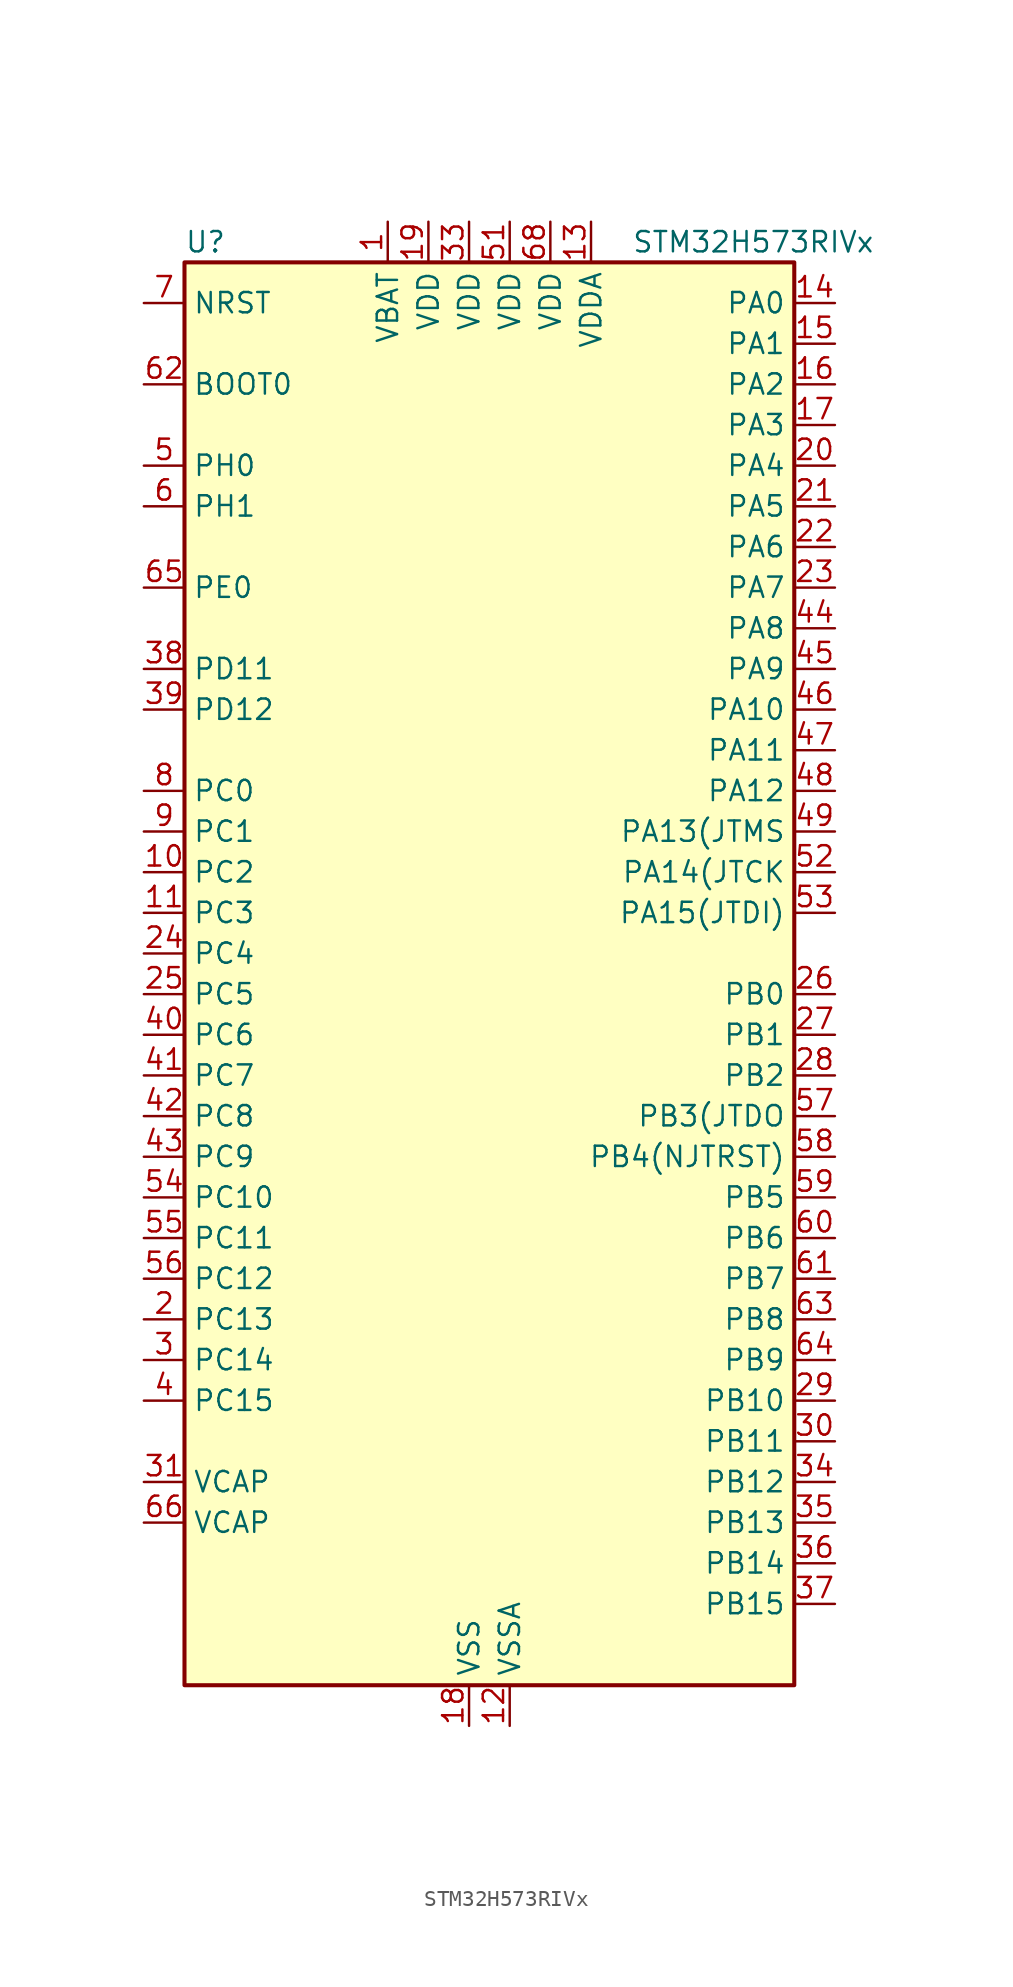
<source format=kicad_sym>
(kicad_symbol_lib
  (version 20231120)
  (generator "kicad_symbol_editor")
  (generator_version "8.0")
  (symbol "STM32H573RIVx"
    (property "Reference" "U"
      (at -17.78 46.99 0)
      (effects (font (size 1.27 1.27)) (justify left)))
    (property "Value" "STM32H573RIVx"
      (at 10.16 46.99 0)
      (effects (font (size 1.27 1.27)) (justify left)))
    (property "ki_locked" ""
      (at 0 0 0)
      (effects (font (size 1.27 1.27))))
    (symbol "STM32H573RIVx_0_1"
      (rectangle (start -17.78 -43.18) (end 20.32 45.72) (stroke (width 0.254) (type default)) (fill (type background))))
    (symbol "STM32H573RIVx_1_1"
      (pin power_in line (at -5.08 48.26 270) (length 2.54) (name "VBAT" (effects (font (size 1.27 1.27)))) (number "1" (effects (font (size 1.27 1.27)))))
      (pin bidirectional line (at -20.32 7.62 0) (length 2.54) (name "PC2" (effects (font (size 1.27 1.27)))) (number "10" (effects (font (size 1.27 1.27)))) (alternate "ADC1_INN11" bidirectional line) (alternate "ADC1_INP12" bidirectional line) (alternate "ADC2_INN11" bidirectional line) (alternate "ADC2_INP12" bidirectional line) (alternate "ETH_TXD2" bidirectional line) (alternate "I2S2_SDI" bidirectional line) (alternate "OCTOSPI1_IO2" bidirectional line) (alternate "OCTOSPI1_IO5" bidirectional line) (alternate "PWR_CSLEEP" bidirectional line) (alternate "SPI2_MISO" bidirectional line) (alternate "TIM17_CH1" bidirectional line) (alternate "TIM4_CH4" bidirectional line))
      (pin bidirectional line (at -20.32 5.08 0) (length 2.54) (name "PC3" (effects (font (size 1.27 1.27)))) (number "11" (effects (font (size 1.27 1.27)))) (alternate "ADC1_INN12" bidirectional line) (alternate "ADC1_INP13" bidirectional line) (alternate "ADC2_INN12" bidirectional line) (alternate "ADC2_INP13" bidirectional line) (alternate "ETH_TX_CLK" bidirectional line) (alternate "I2S2_SDO" bidirectional line) (alternate "LPTIM3_CH1" bidirectional line) (alternate "OCTOSPI1_IO0" bidirectional line) (alternate "OCTOSPI1_IO6" bidirectional line) (alternate "PWR_CSTOP" bidirectional line) (alternate "SAI1_D3" bidirectional line) (alternate "SPI2_MOSI" bidirectional line))
      (pin power_in line (at 2.54 -45.72 90) (length 2.54) (name "VSSA" (effects (font (size 1.27 1.27)))) (number "12" (effects (font (size 1.27 1.27)))))
      (pin power_in line (at 7.62 48.26 270) (length 2.54) (name "VDDA" (effects (font (size 1.27 1.27)))) (number "13" (effects (font (size 1.27 1.27)))))
      (pin bidirectional line (at 22.86 43.18 180) (length 2.54) (name "PA0" (effects (font (size 1.27 1.27)))) (number "14" (effects (font (size 1.27 1.27)))) (alternate "ADC1_INN1" bidirectional line) (alternate "ADC1_INP0" bidirectional line) (alternate "ADC2_INN1" bidirectional line) (alternate "ADC2_INP0" bidirectional line) (alternate "ETH_CRS" bidirectional line) (alternate "PWR_WKUP1" bidirectional line) (alternate "SAI2_SD_B" bidirectional line) (alternate "SPI3_RDY" bidirectional line) (alternate "SPI6_NSS" bidirectional line) (alternate "TAMP_IN2" bidirectional line) (alternate "TAMP_OUT1" bidirectional line) (alternate "TIM15_BKIN" bidirectional line) (alternate "TIM2_CH1" bidirectional line) (alternate "TIM2_ETR" bidirectional line) (alternate "TIM5_CH1" bidirectional line) (alternate "TIM8_ETR" bidirectional line) (alternate "UART4_TX" bidirectional line) (alternate "USART2_CTS" bidirectional line) (alternate "USART2_NSS" bidirectional line))
      (pin bidirectional line (at 22.86 40.64 180) (length 2.54) (name "PA1" (effects (font (size 1.27 1.27)))) (number "15" (effects (font (size 1.27 1.27)))) (alternate "ADC1_INP1" bidirectional line) (alternate "ADC2_INP1" bidirectional line) (alternate "ETH_REF_CLK" bidirectional line) (alternate "ETH_RX_CLK" bidirectional line) (alternate "LPTIM1_IN1" bidirectional line) (alternate "OCTOSPI1_DQS" bidirectional line) (alternate "OCTOSPI1_IO3" bidirectional line) (alternate "SAI2_MCLK_B" bidirectional line) (alternate "TAMP_IN5" bidirectional line) (alternate "TAMP_OUT4" bidirectional line) (alternate "TIM15_CH1N" bidirectional line) (alternate "TIM2_CH2" bidirectional line) (alternate "TIM5_CH2" bidirectional line) (alternate "UART4_RX" bidirectional line) (alternate "USART2_RTS" bidirectional line))
      (pin bidirectional line (at 22.86 38.1 180) (length 2.54) (name "PA2" (effects (font (size 1.27 1.27)))) (number "16" (effects (font (size 1.27 1.27)))) (alternate "ADC1_INP14" bidirectional line) (alternate "ADC2_INP14" bidirectional line) (alternate "ETH_MDIO" bidirectional line) (alternate "LPTIM1_IN2" bidirectional line) (alternate "PWR_WKUP2" bidirectional line) (alternate "SAI2_SCK_B" bidirectional line) (alternate "TAMP_IN4" bidirectional line) (alternate "TAMP_OUT3" bidirectional line) (alternate "TIM15_CH1" bidirectional line) (alternate "TIM2_CH3" bidirectional line) (alternate "TIM5_CH3" bidirectional line) (alternate "USART2_TX" bidirectional line))
      (pin bidirectional line (at 22.86 35.56 180) (length 2.54) (name "PA3" (effects (font (size 1.27 1.27)))) (number "17" (effects (font (size 1.27 1.27)))) (alternate "ADC1_INP15" bidirectional line) (alternate "ADC2_INP15" bidirectional line) (alternate "ETH_COL" bidirectional line) (alternate "I2S2_WS" bidirectional line) (alternate "OCTOSPI1_CLK" bidirectional line) (alternate "SAI1_SD_B" bidirectional line) (alternate "SPI2_NSS" bidirectional line) (alternate "TIM15_CH2" bidirectional line) (alternate "TIM2_CH4" bidirectional line) (alternate "TIM5_CH4" bidirectional line) (alternate "USART2_RX" bidirectional line))
      (pin power_in line (at 0 -45.72 90) (length 2.54) (name "VSS" (effects (font (size 1.27 1.27)))) (number "18" (effects (font (size 1.27 1.27)))))
      (pin power_in line (at -2.54 48.26 270) (length 2.54) (name "VDD" (effects (font (size 1.27 1.27)))) (number "19" (effects (font (size 1.27 1.27)))))
      (pin bidirectional line (at -20.32 -20.32 0) (length 2.54) (name "PC13" (effects (font (size 1.27 1.27)))) (number "2" (effects (font (size 1.27 1.27)))) (alternate "PWR_WKUP4" bidirectional line) (alternate "RTC_OUT1" bidirectional line) (alternate "RTC_TS" bidirectional line) (alternate "TAMP_IN1" bidirectional line) (alternate "TAMP_OUT2" bidirectional line) (alternate "TAMP_OUT3" bidirectional line))
      (pin bidirectional line (at 22.86 33.02 180) (length 2.54) (name "PA4" (effects (font (size 1.27 1.27)))) (number "20" (effects (font (size 1.27 1.27)))) (alternate "ADC1_INP18" bidirectional line) (alternate "ADC2_INP18" bidirectional line) (alternate "DAC1_OUT1" bidirectional line) (alternate "DCMI_HSYNC" bidirectional line) (alternate "I2S1_WS" bidirectional line) (alternate "I2S3_WS" bidirectional line) (alternate "LPTIM2_CH1" bidirectional line) (alternate "PSSI_DE" bidirectional line) (alternate "SPI1_NSS" bidirectional line) (alternate "SPI3_NSS" bidirectional line) (alternate "SPI6_NSS" bidirectional line) (alternate "TIM5_ETR" bidirectional line) (alternate "USART2_CK" bidirectional line))
      (pin bidirectional line (at 22.86 30.48 180) (length 2.54) (name "PA5" (effects (font (size 1.27 1.27)))) (number "21" (effects (font (size 1.27 1.27)))) (alternate "ADC1_INN18" bidirectional line) (alternate "ADC1_INP19" bidirectional line) (alternate "ADC2_INN18" bidirectional line) (alternate "ADC2_INP19" bidirectional line) (alternate "DAC1_OUT2" bidirectional line) (alternate "ETH_TX_EN" bidirectional line) (alternate "I2S1_CK" bidirectional line) (alternate "PSSI_D14" bidirectional line) (alternate "SPI1_SCK" bidirectional line) (alternate "SPI6_SCK" bidirectional line) (alternate "TIM2_CH1" bidirectional line) (alternate "TIM2_ETR" bidirectional line) (alternate "TIM8_CH1N" bidirectional line))
      (pin bidirectional line (at 22.86 27.94 180) (length 2.54) (name "PA6" (effects (font (size 1.27 1.27)))) (number "22" (effects (font (size 1.27 1.27)))) (alternate "ADC1_INP3" bidirectional line) (alternate "ADC2_INP3" bidirectional line) (alternate "DCMI_PIXCLK" bidirectional line) (alternate "I2S1_SDI" bidirectional line) (alternate "OCTOSPI1_IO3" bidirectional line) (alternate "PSSI_PDCK" bidirectional line) (alternate "SPI1_MISO" bidirectional line) (alternate "SPI6_MISO" bidirectional line) (alternate "TIM13_CH1" bidirectional line) (alternate "TIM1_BKIN" bidirectional line) (alternate "TIM3_CH1" bidirectional line) (alternate "TIM8_BKIN" bidirectional line) (alternate "USART11_TX" bidirectional line))
      (pin bidirectional line (at 22.86 25.4 180) (length 2.54) (name "PA7" (effects (font (size 1.27 1.27)))) (number "23" (effects (font (size 1.27 1.27)))) (alternate "ADC1_INN3" bidirectional line) (alternate "ADC1_INP7" bidirectional line) (alternate "ADC2_INN3" bidirectional line) (alternate "ADC2_INP7" bidirectional line) (alternate "ETH_CRS_DV" bidirectional line) (alternate "ETH_RX_DV" bidirectional line) (alternate "I2S1_SDO" bidirectional line) (alternate "OCTOSPI1_IO2" bidirectional line) (alternate "SPI1_MOSI" bidirectional line) (alternate "SPI6_MOSI" bidirectional line) (alternate "TIM14_CH1" bidirectional line) (alternate "TIM1_CH1N" bidirectional line) (alternate "TIM3_CH2" bidirectional line) (alternate "TIM8_CH1N" bidirectional line) (alternate "USART11_RX" bidirectional line))
      (pin bidirectional line (at -20.32 2.54 0) (length 2.54) (name "PC4" (effects (font (size 1.27 1.27)))) (number "24" (effects (font (size 1.27 1.27)))) (alternate "ADC1_INP4" bidirectional line) (alternate "ADC2_INP4" bidirectional line) (alternate "ETH_RXD0" bidirectional line) (alternate "I2S1_MCK" bidirectional line) (alternate "LPTIM2_ETR" bidirectional line) (alternate "SAI1_CK1" bidirectional line) (alternate "TIM2_CH4" bidirectional line) (alternate "USART3_RX" bidirectional line))
      (pin bidirectional line (at -20.32 0 0) (length 2.54) (name "PC5" (effects (font (size 1.27 1.27)))) (number "25" (effects (font (size 1.27 1.27)))) (alternate "ADC1_INN4" bidirectional line) (alternate "ADC1_INP8" bidirectional line) (alternate "ADC2_INN4" bidirectional line) (alternate "ADC2_INP8" bidirectional line) (alternate "ETH_RXD1" bidirectional line) (alternate "OCTOSPI1_DQS" bidirectional line) (alternate "PSSI_D15" bidirectional line) (alternate "SAI1_D3" bidirectional line) (alternate "SAI1_FS_A" bidirectional line) (alternate "TIM1_CH4N" bidirectional line))
      (pin bidirectional line (at 22.86 0 180) (length 2.54) (name "PB0" (effects (font (size 1.27 1.27)))) (number "26" (effects (font (size 1.27 1.27)))) (alternate "ADC1_INN5" bidirectional line) (alternate "ADC1_INP9" bidirectional line) (alternate "ADC2_INN5" bidirectional line) (alternate "ADC2_INP9" bidirectional line) (alternate "ETH_RXD2" bidirectional line) (alternate "LPTIM3_CH1" bidirectional line) (alternate "OCTOSPI1_IO1" bidirectional line) (alternate "TIM1_CH2N" bidirectional line) (alternate "TIM3_CH3" bidirectional line) (alternate "TIM8_CH2N" bidirectional line) (alternate "UART4_CTS" bidirectional line) (alternate "USART11_CK" bidirectional line))
      (pin bidirectional line (at 22.86 -2.54 180) (length 2.54) (name "PB1" (effects (font (size 1.27 1.27)))) (number "27" (effects (font (size 1.27 1.27)))) (alternate "ADC1_INP5" bidirectional line) (alternate "ADC2_INP5" bidirectional line) (alternate "ETH_RXD3" bidirectional line) (alternate "LPTIM3_CH2" bidirectional line) (alternate "OCTOSPI1_IO0" bidirectional line) (alternate "TIM1_CH3N" bidirectional line) (alternate "TIM3_CH4" bidirectional line) (alternate "TIM8_CH3N" bidirectional line))
      (pin bidirectional line (at 22.86 -5.08 180) (length 2.54) (name "PB2" (effects (font (size 1.27 1.27)))) (number "28" (effects (font (size 1.27 1.27)))) (alternate "I2S3_SDO" bidirectional line) (alternate "LPTIM1_CH1" bidirectional line) (alternate "LPTIM5_ETR" bidirectional line) (alternate "OCTOSPI1_CLK" bidirectional line) (alternate "OCTOSPI1_DQS" bidirectional line) (alternate "RCC_LSCO" bidirectional line) (alternate "RTC_OUT2" bidirectional line) (alternate "SAI1_D1" bidirectional line) (alternate "SAI1_SD_A" bidirectional line) (alternate "SDMMC1_CMD" bidirectional line) (alternate "SPI1_RDY" bidirectional line) (alternate "SPI3_MOSI" bidirectional line) (alternate "TIM8_CH4N" bidirectional line))
      (pin bidirectional line (at 22.86 -25.4 180) (length 2.54) (name "PB10" (effects (font (size 1.27 1.27)))) (number "29" (effects (font (size 1.27 1.27)))) (alternate "ETH_RX_ER" bidirectional line) (alternate "I2C2_SCL" bidirectional line) (alternate "I2S2_CK" bidirectional line) (alternate "LPTIM2_IN1" bidirectional line) (alternate "LPTIM3_CH1" bidirectional line) (alternate "OCTOSPI1_NCS" bidirectional line) (alternate "SPI2_SCK" bidirectional line) (alternate "TIM2_CH3" bidirectional line) (alternate "USART3_TX" bidirectional line))
      (pin bidirectional line (at -20.32 -22.86 0) (length 2.54) (name "PC14" (effects (font (size 1.27 1.27)))) (number "3" (effects (font (size 1.27 1.27)))) (alternate "RCC_OSC32_IN" bidirectional line))
      (pin bidirectional line (at 22.86 -27.94 180) (length 2.54) (name "PB11" (effects (font (size 1.27 1.27)))) (number "30" (effects (font (size 1.27 1.27)))) (alternate "ADC1_EXTI11" bidirectional line) (alternate "ADC2_EXTI11" bidirectional line) (alternate "ETH_TX_EN" bidirectional line) (alternate "I2C2_SDA" bidirectional line) (alternate "LPTIM2_ETR" bidirectional line) (alternate "SPI2_RDY" bidirectional line) (alternate "TIM2_CH4" bidirectional line) (alternate "USART3_RX" bidirectional line))
      (pin power_out line (at -20.32 -30.48 0) (length 2.54) (name "VCAP" (effects (font (size 1.27 1.27)))) (number "31" (effects (font (size 1.27 1.27)))))
      (pin passive line (at 0 -45.72 90) (length 2.54) hide (name "VSS" (effects (font (size 1.27 1.27)))) (number "32" (effects (font (size 1.27 1.27)))))
      (pin power_in line (at 0 48.26 270) (length 2.54) (name "VDD" (effects (font (size 1.27 1.27)))) (number "33" (effects (font (size 1.27 1.27)))))
      (pin bidirectional line (at 22.86 -30.48 180) (length 2.54) (name "PB12" (effects (font (size 1.27 1.27)))) (number "34" (effects (font (size 1.27 1.27)))) (alternate "ETH_TXD0" bidirectional line) (alternate "FDCAN2_RX" bidirectional line) (alternate "I2C2_SDA" bidirectional line) (alternate "I2S2_WS" bidirectional line) (alternate "OCTOSPI1_NCLK" bidirectional line) (alternate "SPI2_NSS" bidirectional line) (alternate "TIM1_BKIN" bidirectional line) (alternate "UART5_RX" bidirectional line) (alternate "UCPD1_FRSTX" bidirectional line) (alternate "USART3_CK" bidirectional line))
      (pin bidirectional line (at 22.86 -33.02 180) (length 2.54) (name "PB13" (effects (font (size 1.27 1.27)))) (number "35" (effects (font (size 1.27 1.27)))) (alternate "FDCAN2_TX" bidirectional line) (alternate "I2C2_SMBA" bidirectional line) (alternate "I2S2_CK" bidirectional line) (alternate "LPTIM2_CH1" bidirectional line) (alternate "LPTIM3_IN1" bidirectional line) (alternate "SDMMC1_D0" bidirectional line) (alternate "SPI2_SCK" bidirectional line) (alternate "TIM1_CH1N" bidirectional line) (alternate "UART5_TX" bidirectional line) (alternate "UCPD1_CC1" bidirectional line) (alternate "USART3_CTS" bidirectional line) (alternate "USART3_NSS" bidirectional line))
      (pin bidirectional line (at 22.86 -35.56 180) (length 2.54) (name "PB14" (effects (font (size 1.27 1.27)))) (number "36" (effects (font (size 1.27 1.27)))) (alternate "I2S2_SDI" bidirectional line) (alternate "LPTIM3_ETR" bidirectional line) (alternate "SPI2_MISO" bidirectional line) (alternate "TIM12_CH1" bidirectional line) (alternate "TIM1_CH2N" bidirectional line) (alternate "TIM8_CH2N" bidirectional line) (alternate "UART4_DE" bidirectional line) (alternate "UART4_RTS" bidirectional line) (alternate "UCPD1_CC2" bidirectional line) (alternate "USART1_TX" bidirectional line) (alternate "USART3_RTS" bidirectional line))
      (pin bidirectional line (at 22.86 -38.1 180) (length 2.54) (name "PB15" (effects (font (size 1.27 1.27)))) (number "37" (effects (font (size 1.27 1.27)))) (alternate "ADC1_EXTI15" bidirectional line) (alternate "ADC2_EXTI15" bidirectional line) (alternate "DCMI_D2" bidirectional line) (alternate "ETH_TXD1" bidirectional line) (alternate "I2S2_SDO" bidirectional line) (alternate "OCTOSPI1_CLK" bidirectional line) (alternate "PSSI_D2" bidirectional line) (alternate "PWR_PVD_IN" bidirectional line) (alternate "RTC_REFIN" bidirectional line) (alternate "SPI2_MOSI" bidirectional line) (alternate "TIM12_CH2" bidirectional line) (alternate "TIM1_CH3N" bidirectional line) (alternate "TIM8_CH3N" bidirectional line) (alternate "UART4_CTS" bidirectional line) (alternate "UART5_RX" bidirectional line) (alternate "USART11_CTS" bidirectional line) (alternate "USART11_NSS" bidirectional line) (alternate "USART1_RX" bidirectional line))
      (pin bidirectional line (at -20.32 20.32 0) (length 2.54) (name "PD11" (effects (font (size 1.27 1.27)))) (number "38" (effects (font (size 1.27 1.27)))) (alternate "ADC1_EXTI11" bidirectional line) (alternate "ADC2_EXTI11" bidirectional line) (alternate "I2C4_SMBA" bidirectional line) (alternate "LPTIM2_IN2" bidirectional line) (alternate "OCTOSPI1_IO0" bidirectional line) (alternate "SAI1_CK1" bidirectional line) (alternate "SAI2_SD_A" bidirectional line) (alternate "UART4_RX" bidirectional line) (alternate "USART3_CTS" bidirectional line) (alternate "USART3_NSS" bidirectional line))
      (pin bidirectional line (at -20.32 17.78 0) (length 2.54) (name "PD12" (effects (font (size 1.27 1.27)))) (number "39" (effects (font (size 1.27 1.27)))) (alternate "DCMI_D12" bidirectional line) (alternate "I2C4_SCL" bidirectional line) (alternate "I3C1_SCL" bidirectional line) (alternate "LPTIM1_IN1" bidirectional line) (alternate "LPTIM2_IN1" bidirectional line) (alternate "OCTOSPI1_IO1" bidirectional line) (alternate "PSSI_D12" bidirectional line) (alternate "SAI1_D1" bidirectional line) (alternate "SAI2_FS_A" bidirectional line) (alternate "TIM4_CH1" bidirectional line) (alternate "UART4_TX" bidirectional line) (alternate "USART3_RTS" bidirectional line))
      (pin bidirectional line (at -20.32 -25.4 0) (length 2.54) (name "PC15" (effects (font (size 1.27 1.27)))) (number "4" (effects (font (size 1.27 1.27)))) (alternate "ADC1_EXTI15" bidirectional line) (alternate "ADC2_EXTI15" bidirectional line) (alternate "RCC_OSC32_OUT" bidirectional line))
      (pin bidirectional line (at -20.32 -2.54 0) (length 2.54) (name "PC6" (effects (font (size 1.27 1.27)))) (number "40" (effects (font (size 1.27 1.27)))) (alternate "DCMI_D0" bidirectional line) (alternate "I2S2_MCK" bidirectional line) (alternate "OCTOSPI1_IO5" bidirectional line) (alternate "PSSI_D0" bidirectional line) (alternate "SAI1_SCK_A" bidirectional line) (alternate "SDMMC1_D0DIR" bidirectional line) (alternate "SDMMC1_D6" bidirectional line) (alternate "TIM3_CH1" bidirectional line) (alternate "TIM8_CH1" bidirectional line) (alternate "USART6_TX" bidirectional line))
      (pin bidirectional line (at -20.32 -5.08 0) (length 2.54) (name "PC7" (effects (font (size 1.27 1.27)))) (number "41" (effects (font (size 1.27 1.27)))) (alternate "DCMI_D1" bidirectional line) (alternate "DEBUG_TRGIO" bidirectional line) (alternate "I2S3_MCK" bidirectional line) (alternate "OCTOSPI1_IO6" bidirectional line) (alternate "PSSI_D1" bidirectional line) (alternate "SDMMC1_D123DIR" bidirectional line) (alternate "SDMMC1_D7" bidirectional line) (alternate "TIM3_CH2" bidirectional line) (alternate "TIM8_CH2" bidirectional line) (alternate "USART6_RX" bidirectional line))
      (pin bidirectional line (at -20.32 -7.62 0) (length 2.54) (name "PC8" (effects (font (size 1.27 1.27)))) (number "42" (effects (font (size 1.27 1.27)))) (alternate "DCMI_D2" bidirectional line) (alternate "DEBUG_TRACED1" bidirectional line) (alternate "PSSI_D2" bidirectional line) (alternate "SDMMC1_D0" bidirectional line) (alternate "TIM3_CH3" bidirectional line) (alternate "TIM8_CH3" bidirectional line) (alternate "UART5_DE" bidirectional line) (alternate "UART5_RTS" bidirectional line) (alternate "USART6_CK" bidirectional line))
      (pin bidirectional line (at -20.32 -10.16 0) (length 2.54) (name "PC9" (effects (font (size 1.27 1.27)))) (number "43" (effects (font (size 1.27 1.27)))) (alternate "AUDIOCLK" bidirectional line) (alternate "DAC1_EXTI9" bidirectional line) (alternate "DCMI_D3" bidirectional line) (alternate "I2C3_SDA" bidirectional line) (alternate "OCTOSPI1_IO0" bidirectional line) (alternate "PSSI_D3" bidirectional line) (alternate "RCC_MCO_2" bidirectional line) (alternate "SDMMC1_D1" bidirectional line) (alternate "TIM3_CH4" bidirectional line) (alternate "TIM8_CH4" bidirectional line) (alternate "UART5_CTS" bidirectional line) (alternate "UCPD1_DB2" bidirectional line))
      (pin bidirectional line (at 22.86 22.86 180) (length 2.54) (name "PA8" (effects (font (size 1.27 1.27)))) (number "44" (effects (font (size 1.27 1.27)))) (alternate "DCMI_D3" bidirectional line) (alternate "I2C3_SCL" bidirectional line) (alternate "PSSI_D3" bidirectional line) (alternate "RCC_MCO_1" bidirectional line) (alternate "SPI1_RDY" bidirectional line) (alternate "TIM1_CH1" bidirectional line) (alternate "TIM8_BKIN2" bidirectional line) (alternate "UART7_RX" bidirectional line) (alternate "USART1_CK" bidirectional line) (alternate "USB_SOF" bidirectional line))
      (pin bidirectional line (at 22.86 20.32 180) (length 2.54) (name "PA9" (effects (font (size 1.27 1.27)))) (number "45" (effects (font (size 1.27 1.27)))) (alternate "DAC1_EXTI9" bidirectional line) (alternate "DCMI_D0" bidirectional line) (alternate "ETH_TX_ER" bidirectional line) (alternate "I2C3_SMBA" bidirectional line) (alternate "I2S2_CK" bidirectional line) (alternate "LPUART1_TX" bidirectional line) (alternate "PSSI_D0" bidirectional line) (alternate "SPI2_SCK" bidirectional line) (alternate "TIM1_CH2" bidirectional line) (alternate "UCPD1_DB1" bidirectional line) (alternate "USART1_TX" bidirectional line))
      (pin bidirectional line (at 22.86 17.78 180) (length 2.54) (name "PA10" (effects (font (size 1.27 1.27)))) (number "46" (effects (font (size 1.27 1.27)))) (alternate "DCMI_D1" bidirectional line) (alternate "FDCAN2_TX" bidirectional line) (alternate "LPTIM2_IN2" bidirectional line) (alternate "LPUART1_RX" bidirectional line) (alternate "PSSI_D1" bidirectional line) (alternate "SDMMC1_D0" bidirectional line) (alternate "TIM1_CH3" bidirectional line) (alternate "UCPD1_FRSTX" bidirectional line) (alternate "USART1_RX" bidirectional line))
      (pin bidirectional line (at 22.86 15.24 180) (length 2.54) (name "PA11" (effects (font (size 1.27 1.27)))) (number "47" (effects (font (size 1.27 1.27)))) (alternate "ADC1_EXTI11" bidirectional line) (alternate "ADC2_EXTI11" bidirectional line) (alternate "FDCAN1_RX" bidirectional line) (alternate "I2S2_WS" bidirectional line) (alternate "LPUART1_CTS" bidirectional line) (alternate "SPI2_NSS" bidirectional line) (alternate "TIM1_CH4" bidirectional line) (alternate "UART4_RX" bidirectional line) (alternate "USART1_CTS" bidirectional line) (alternate "USART1_NSS" bidirectional line) (alternate "USB_DM" bidirectional line))
      (pin bidirectional line (at 22.86 12.7 180) (length 2.54) (name "PA12" (effects (font (size 1.27 1.27)))) (number "48" (effects (font (size 1.27 1.27)))) (alternate "FDCAN1_TX" bidirectional line) (alternate "I2S2_CK" bidirectional line) (alternate "LPUART1_RTS" bidirectional line) (alternate "SAI2_FS_B" bidirectional line) (alternate "SPI2_SCK" bidirectional line) (alternate "TIM1_ETR" bidirectional line) (alternate "UART4_TX" bidirectional line) (alternate "USART1_RTS" bidirectional line) (alternate "USB_DP" bidirectional line))
      (pin bidirectional line (at 22.86 10.16 180) (length 2.54) (name "PA13(JTMS" (effects (font (size 1.27 1.27)))) (number "49" (effects (font (size 1.27 1.27)))) (alternate "DEBUG_JTMS-SWDIO" bidirectional line))
      (pin bidirectional line (at -20.32 33.02 0) (length 2.54) (name "PH0" (effects (font (size 1.27 1.27)))) (number "5" (effects (font (size 1.27 1.27)))) (alternate "RCC_OSC_IN" bidirectional line))
      (pin passive line (at 0 -45.72 90) (length 2.54) hide (name "VSS" (effects (font (size 1.27 1.27)))) (number "50" (effects (font (size 1.27 1.27)))))
      (pin power_in line (at 2.54 48.26 270) (length 2.54) (name "VDD" (effects (font (size 1.27 1.27)))) (number "51" (effects (font (size 1.27 1.27)))))
      (pin bidirectional line (at 22.86 7.62 180) (length 2.54) (name "PA14(JTCK" (effects (font (size 1.27 1.27)))) (number "52" (effects (font (size 1.27 1.27)))) (alternate "DEBUG_JTCK-SWCLK" bidirectional line))
      (pin bidirectional line (at 22.86 5.08 180) (length 2.54) (name "PA15(JTDI)" (effects (font (size 1.27 1.27)))) (number "53" (effects (font (size 1.27 1.27)))) (alternate "ADC1_EXTI15" bidirectional line) (alternate "ADC2_EXTI15" bidirectional line) (alternate "CEC" bidirectional line) (alternate "DCMI_D11" bidirectional line) (alternate "DEBUG_JTDI" bidirectional line) (alternate "I2S1_WS" bidirectional line) (alternate "I2S3_WS" bidirectional line) (alternate "LPTIM3_IN2" bidirectional line) (alternate "PSSI_D11" bidirectional line) (alternate "SPI1_NSS" bidirectional line) (alternate "SPI3_NSS" bidirectional line) (alternate "SPI6_NSS" bidirectional line) (alternate "TIM2_CH1" bidirectional line) (alternate "TIM2_ETR" bidirectional line) (alternate "UART4_DE" bidirectional line) (alternate "UART4_RTS" bidirectional line) (alternate "UART7_TX" bidirectional line))
      (pin bidirectional line (at -20.32 -12.7 0) (length 2.54) (name "PC10" (effects (font (size 1.27 1.27)))) (number "54" (effects (font (size 1.27 1.27)))) (alternate "DCMI_D8" bidirectional line) (alternate "ETH_TXD0" bidirectional line) (alternate "I2S3_CK" bidirectional line) (alternate "LPTIM3_ETR" bidirectional line) (alternate "OCTOSPI1_IO1" bidirectional line) (alternate "PSSI_D8" bidirectional line) (alternate "SDMMC1_D2" bidirectional line) (alternate "SPI3_SCK" bidirectional line) (alternate "UART4_TX" bidirectional line) (alternate "USART3_TX" bidirectional line))
      (pin bidirectional line (at -20.32 -15.24 0) (length 2.54) (name "PC11" (effects (font (size 1.27 1.27)))) (number "55" (effects (font (size 1.27 1.27)))) (alternate "ADC1_EXTI11" bidirectional line) (alternate "ADC2_EXTI11" bidirectional line) (alternate "DCMI_D4" bidirectional line) (alternate "I2S3_SDI" bidirectional line) (alternate "LPTIM3_IN1" bidirectional line) (alternate "OCTOSPI1_NCS" bidirectional line) (alternate "PSSI_D4" bidirectional line) (alternate "SDMMC1_D3" bidirectional line) (alternate "SPI3_MISO" bidirectional line) (alternate "UART4_RX" bidirectional line) (alternate "USART3_RX" bidirectional line))
      (pin bidirectional line (at -20.32 -17.78 0) (length 2.54) (name "PC12" (effects (font (size 1.27 1.27)))) (number "56" (effects (font (size 1.27 1.27)))) (alternate "DCMI_D9" bidirectional line) (alternate "DEBUG_TRACED3" bidirectional line) (alternate "I2S3_SDO" bidirectional line) (alternate "PSSI_D9" bidirectional line) (alternate "SDMMC1_CK" bidirectional line) (alternate "SPI3_MOSI" bidirectional line) (alternate "SPI6_SCK" bidirectional line) (alternate "TIM15_CH1" bidirectional line) (alternate "UART5_TX" bidirectional line) (alternate "USART3_CK" bidirectional line))
      (pin bidirectional line (at 22.86 -7.62 180) (length 2.54) (name "PB3(JTDO" (effects (font (size 1.27 1.27)))) (number "57" (effects (font (size 1.27 1.27)))) (alternate "CRS_SYNC" bidirectional line) (alternate "DEBUG_JTDO-SWO" bidirectional line) (alternate "I2C2_SDA" bidirectional line) (alternate "I2S1_CK" bidirectional line) (alternate "I2S3_CK" bidirectional line) (alternate "LPTIM6_ETR" bidirectional line) (alternate "SPI1_SCK" bidirectional line) (alternate "SPI3_SCK" bidirectional line) (alternate "SPI6_SCK" bidirectional line) (alternate "TIM2_CH2" bidirectional line) (alternate "UART7_RX" bidirectional line))
      (pin bidirectional line (at 22.86 -10.16 180) (length 2.54) (name "PB4(NJTRST)" (effects (font (size 1.27 1.27)))) (number "58" (effects (font (size 1.27 1.27)))) (alternate "DCMI_D7" bidirectional line) (alternate "DEBUG_JTRST" bidirectional line) (alternate "I2S1_SDI" bidirectional line) (alternate "I2S2_WS" bidirectional line) (alternate "I2S3_SDI" bidirectional line) (alternate "LPTIM1_CH2" bidirectional line) (alternate "OCTOSPI1_CLK" bidirectional line) (alternate "PSSI_D7" bidirectional line) (alternate "SPI1_MISO" bidirectional line) (alternate "SPI2_NSS" bidirectional line) (alternate "SPI3_MISO" bidirectional line) (alternate "SPI6_MISO" bidirectional line) (alternate "TIM16_BKIN" bidirectional line) (alternate "TIM3_CH1" bidirectional line) (alternate "UART7_TX" bidirectional line))
      (pin bidirectional line (at 22.86 -12.7 180) (length 2.54) (name "PB5" (effects (font (size 1.27 1.27)))) (number "59" (effects (font (size 1.27 1.27)))) (alternate "DCMI_D10" bidirectional line) (alternate "ETH_PPS_OUT" bidirectional line) (alternate "FDCAN2_RX" bidirectional line) (alternate "I2C1_SMBA" bidirectional line) (alternate "I2C4_SMBA" bidirectional line) (alternate "I2S1_SDO" bidirectional line) (alternate "I2S3_SDO" bidirectional line) (alternate "OCTOSPI1_NCLK" bidirectional line) (alternate "PSSI_D10" bidirectional line) (alternate "SPI1_MOSI" bidirectional line) (alternate "SPI3_MOSI" bidirectional line) (alternate "SPI6_MOSI" bidirectional line) (alternate "TIM17_BKIN" bidirectional line) (alternate "TIM3_CH2" bidirectional line) (alternate "UART5_RX" bidirectional line))
      (pin bidirectional line (at -20.32 30.48 0) (length 2.54) (name "PH1" (effects (font (size 1.27 1.27)))) (number "6" (effects (font (size 1.27 1.27)))) (alternate "RCC_OSC_OUT" bidirectional line))
      (pin bidirectional line (at 22.86 -15.24 180) (length 2.54) (name "PB6" (effects (font (size 1.27 1.27)))) (number "60" (effects (font (size 1.27 1.27)))) (alternate "CEC" bidirectional line) (alternate "DCMI_D5" bidirectional line) (alternate "FDCAN2_TX" bidirectional line) (alternate "I2C1_SCL" bidirectional line) (alternate "I2C4_SCL" bidirectional line) (alternate "I3C1_SCL" bidirectional line) (alternate "LPUART1_TX" bidirectional line) (alternate "OCTOSPI1_NCS" bidirectional line) (alternate "PSSI_D5" bidirectional line) (alternate "TIM16_CH1N" bidirectional line) (alternate "TIM4_CH1" bidirectional line) (alternate "UART5_TX" bidirectional line) (alternate "USART1_TX" bidirectional line))
      (pin bidirectional line (at 22.86 -17.78 180) (length 2.54) (name "PB7" (effects (font (size 1.27 1.27)))) (number "61" (effects (font (size 1.27 1.27)))) (alternate "DCMI_VSYNC" bidirectional line) (alternate "FDCAN1_TX" bidirectional line) (alternate "I2C1_SDA" bidirectional line) (alternate "I2C4_SDA" bidirectional line) (alternate "I3C1_SDA" bidirectional line) (alternate "LPUART1_RX" bidirectional line) (alternate "PSSI_RDY" bidirectional line) (alternate "PWR_WKUP5" bidirectional line) (alternate "TIM17_CH1N" bidirectional line) (alternate "TIM4_CH2" bidirectional line) (alternate "USART1_RX" bidirectional line))
      (pin input line (at -20.32 38.1 0) (length 2.54) (name "BOOT0" (effects (font (size 1.27 1.27)))) (number "62" (effects (font (size 1.27 1.27)))))
      (pin bidirectional line (at 22.86 -20.32 180) (length 2.54) (name "PB8" (effects (font (size 1.27 1.27)))) (number "63" (effects (font (size 1.27 1.27)))) (alternate "DCMI_D6" bidirectional line) (alternate "ETH_TXD3" bidirectional line) (alternate "FDCAN1_RX" bidirectional line) (alternate "I2C1_SCL" bidirectional line) (alternate "I2C4_SCL" bidirectional line) (alternate "I3C1_SCL" bidirectional line) (alternate "PSSI_D6" bidirectional line) (alternate "SDMMC1_CKIN" bidirectional line) (alternate "SDMMC1_D4" bidirectional line) (alternate "TIM16_CH1" bidirectional line) (alternate "TIM4_CH3" bidirectional line) (alternate "UART4_RX" bidirectional line))
      (pin bidirectional line (at 22.86 -22.86 180) (length 2.54) (name "PB9" (effects (font (size 1.27 1.27)))) (number "64" (effects (font (size 1.27 1.27)))) (alternate "DAC1_EXTI9" bidirectional line) (alternate "DCMI_D7" bidirectional line) (alternate "FDCAN1_TX" bidirectional line) (alternate "I2C1_SDA" bidirectional line) (alternate "I2C4_SDA" bidirectional line) (alternate "I2S2_WS" bidirectional line) (alternate "I3C1_SDA" bidirectional line) (alternate "PSSI_D7" bidirectional line) (alternate "SDMMC1_CDIR" bidirectional line) (alternate "SDMMC1_D5" bidirectional line) (alternate "SPI2_NSS" bidirectional line) (alternate "TIM17_CH1" bidirectional line) (alternate "TIM4_CH4" bidirectional line) (alternate "UART4_TX" bidirectional line))
      (pin bidirectional line (at -20.32 25.4 0) (length 2.54) (name "PE0" (effects (font (size 1.27 1.27)))) (number "65" (effects (font (size 1.27 1.27)))) (alternate "DCMI_D2" bidirectional line) (alternate "FDCAN1_RX" bidirectional line) (alternate "LPTIM1_ETR" bidirectional line) (alternate "LPTIM2_CH2" bidirectional line) (alternate "LPTIM2_ETR" bidirectional line) (alternate "PSSI_D2" bidirectional line) (alternate "SAI2_MCLK_A" bidirectional line) (alternate "SPI3_RDY" bidirectional line) (alternate "TIM4_ETR" bidirectional line))
      (pin power_out line (at -20.32 -33.02 0) (length 2.54) (name "VCAP" (effects (font (size 1.27 1.27)))) (number "66" (effects (font (size 1.27 1.27)))))
      (pin passive line (at 0 -45.72 90) (length 2.54) hide (name "VSS" (effects (font (size 1.27 1.27)))) (number "67" (effects (font (size 1.27 1.27)))))
      (pin power_in line (at 5.08 48.26 270) (length 2.54) (name "VDD" (effects (font (size 1.27 1.27)))) (number "68" (effects (font (size 1.27 1.27)))))
      (pin passive line (at 0 -45.72 90) (length 2.54) hide (name "VSS" (effects (font (size 1.27 1.27)))) (number "69" (effects (font (size 1.27 1.27)))))
      (pin input line (at -20.32 43.18 0) (length 2.54) (name "NRST" (effects (font (size 1.27 1.27)))) (number "7" (effects (font (size 1.27 1.27)))))
      (pin bidirectional line (at -20.32 12.7 0) (length 2.54) (name "PC0" (effects (font (size 1.27 1.27)))) (number "8" (effects (font (size 1.27 1.27)))) (alternate "ADC1_INP10" bidirectional line) (alternate "ADC2_INP10" bidirectional line) (alternate "OCTOSPI1_IO7" bidirectional line) (alternate "SAI1_MCLK_A" bidirectional line) (alternate "SAI2_FS_B" bidirectional line) (alternate "SPI2_RDY" bidirectional line) (alternate "TIM16_BKIN" bidirectional line))
      (pin bidirectional line (at -20.32 10.16 0) (length 2.54) (name "PC1" (effects (font (size 1.27 1.27)))) (number "9" (effects (font (size 1.27 1.27)))) (alternate "ADC1_INN10" bidirectional line) (alternate "ADC1_INP11" bidirectional line) (alternate "ADC2_INN10" bidirectional line) (alternate "ADC2_INP11" bidirectional line) (alternate "DEBUG_TRACED0" bidirectional line) (alternate "ETH_MDC" bidirectional line) (alternate "I2S2_SDO" bidirectional line) (alternate "OCTOSPI1_IO4" bidirectional line) (alternate "PWR_WKUP6" bidirectional line) (alternate "SAI1_D1" bidirectional line) (alternate "SAI1_SD_A" bidirectional line) (alternate "SAI2_SD_A" bidirectional line) (alternate "SPI2_MOSI" bidirectional line) (alternate "TAMP_IN3" bidirectional line) (alternate "TAMP_OUT5" bidirectional line) (alternate "USART11_RTS" bidirectional line)))))
</source>
